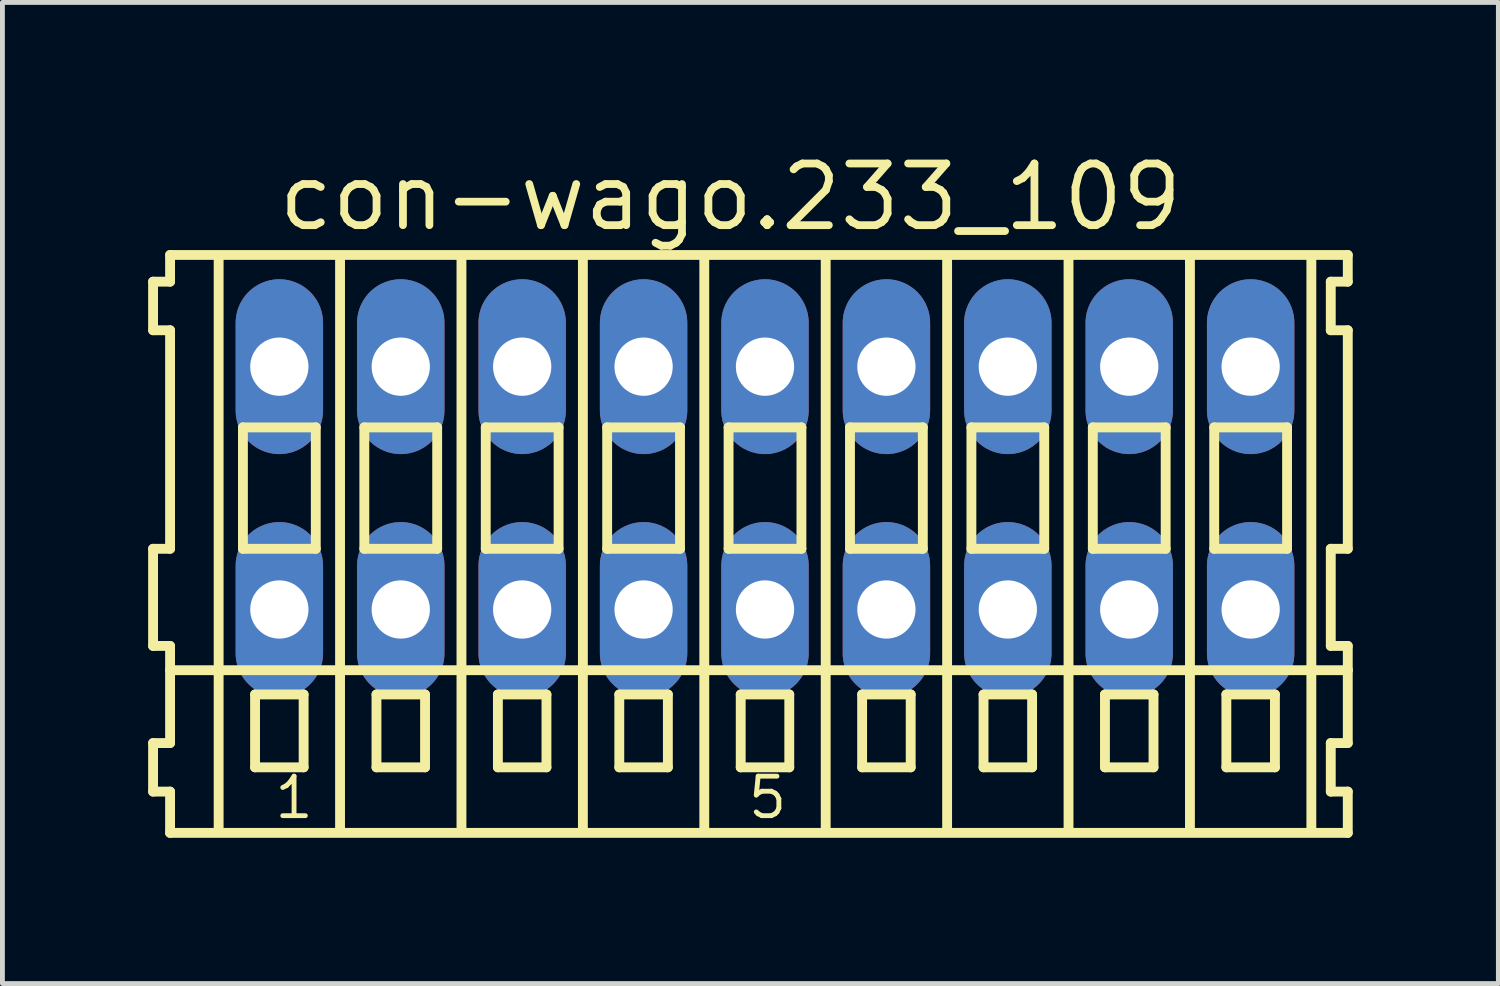
<source format=kicad_pcb>
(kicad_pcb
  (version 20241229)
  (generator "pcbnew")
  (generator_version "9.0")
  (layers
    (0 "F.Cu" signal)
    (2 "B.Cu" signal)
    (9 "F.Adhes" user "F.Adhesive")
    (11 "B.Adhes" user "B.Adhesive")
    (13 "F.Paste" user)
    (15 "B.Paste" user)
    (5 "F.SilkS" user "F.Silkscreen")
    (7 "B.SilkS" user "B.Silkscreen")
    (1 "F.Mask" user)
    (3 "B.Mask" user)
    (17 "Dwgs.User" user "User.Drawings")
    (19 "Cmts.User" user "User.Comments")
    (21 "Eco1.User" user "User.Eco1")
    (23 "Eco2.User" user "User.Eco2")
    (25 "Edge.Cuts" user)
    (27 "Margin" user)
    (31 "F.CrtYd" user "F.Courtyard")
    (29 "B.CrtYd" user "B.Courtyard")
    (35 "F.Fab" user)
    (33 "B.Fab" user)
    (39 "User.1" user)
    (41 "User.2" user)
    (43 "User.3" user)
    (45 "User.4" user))
  (footprint "con-wago.233_109"
    (layer "F.Cu")
    (at 12.702 7)
    (property "Reference" "con-wago.233_109" (at -10.1 -5.25 0) (layer "F.SilkS") (effects (font (size 1.27 1.27) (thickness 0.16)) (justify left bottom)))
    (attr through_hole)
    (fp_line (start -12.6 -4.25) (end -12.6 -3.25) (stroke (width 0.203) (type default)) (layer "F.SilkS"))
    (fp_line (start -12.6 -3.25) (end -12.25 -3.25) (stroke (width 0.203) (type default)) (layer "F.SilkS"))
    (fp_line (start -12.6 1.25) (end -12.6 3.25) (stroke (width 0.203) (type default)) (layer "F.SilkS"))
    (fp_line (start -12.6 3.25) (end -12.25 3.25) (stroke (width 0.203) (type default)) (layer "F.SilkS"))
    (fp_line (start -12.6 5.25) (end -12.6 6.25) (stroke (width 0.203) (type default)) (layer "F.SilkS"))
    (fp_line (start -12.6 6.25) (end -12.25 6.25) (stroke (width 0.203) (type default)) (layer "F.SilkS"))
    (fp_line (start -12.25 -4.8) (end -12.25 -4.25) (stroke (width 0.203) (type default)) (layer "F.SilkS"))
    (fp_line (start -12.25 -4.25) (end -12.6 -4.25) (stroke (width 0.203) (type default)) (layer "F.SilkS"))
    (fp_line (start -12.25 -3.25) (end -12.25 1.25) (stroke (width 0.203) (type default)) (layer "F.SilkS"))
    (fp_line (start -12.25 1.25) (end -12.6 1.25) (stroke (width 0.203) (type default)) (layer "F.SilkS"))
    (fp_line (start -12.25 3.25) (end -12.25 5.25) (stroke (width 0.203) (type default)) (layer "F.SilkS"))
    (fp_line (start -12.25 3.75) (end 12 3.75) (stroke (width 0.203) (type default)) (layer "F.SilkS"))
    (fp_line (start -12.25 5.25) (end -12.6 5.25) (stroke (width 0.203) (type default)) (layer "F.SilkS"))
    (fp_line (start -12.25 6.25) (end -12.25 7.1) (stroke (width 0.203) (type default)) (layer "F.SilkS"))
    (fp_line (start -12.25 7.1) (end 12 7.1) (stroke (width 0.203) (type default)) (layer "F.SilkS"))
    (fp_line (start -11.25 -4.75) (end -11.25 7) (stroke (width 0.203) (type default)) (layer "F.SilkS"))
    (fp_line (start -10.75 -1.25) (end -10.75 1.25) (stroke (width 0.203) (type default)) (layer "F.SilkS"))
    (fp_line (start -10.75 1.25) (end -9.25 1.25) (stroke (width 0.203) (type default)) (layer "F.SilkS"))
    (fp_line (start -10.5 4.25) (end -10.5 5.75) (stroke (width 0.203) (type default)) (layer "F.SilkS"))
    (fp_line (start -10.5 5.75) (end -9.5 5.75) (stroke (width 0.203) (type default)) (layer "F.SilkS"))
    (fp_line (start -9.5 4.25) (end -10.5 4.25) (stroke (width 0.203) (type default)) (layer "F.SilkS"))
    (fp_line (start -9.5 5.75) (end -9.5 4.25) (stroke (width 0.203) (type default)) (layer "F.SilkS"))
    (fp_line (start -9.25 -1.25) (end -10.75 -1.25) (stroke (width 0.203) (type default)) (layer "F.SilkS"))
    (fp_line (start -9.25 1.25) (end -9.25 -1.25) (stroke (width 0.203) (type default)) (layer "F.SilkS"))
    (fp_line (start -8.75 -4.75) (end -8.75 7) (stroke (width 0.203) (type default)) (layer "F.SilkS"))
    (fp_line (start -8.25 -1.25) (end -8.25 1.25) (stroke (width 0.203) (type default)) (layer "F.SilkS"))
    (fp_line (start -8.25 1.25) (end -6.75 1.25) (stroke (width 0.203) (type default)) (layer "F.SilkS"))
    (fp_line (start -8 4.25) (end -8 5.75) (stroke (width 0.203) (type default)) (layer "F.SilkS"))
    (fp_line (start -8 5.75) (end -7 5.75) (stroke (width 0.203) (type default)) (layer "F.SilkS"))
    (fp_line (start -7 4.25) (end -8 4.25) (stroke (width 0.203) (type default)) (layer "F.SilkS"))
    (fp_line (start -7 5.75) (end -7 4.25) (stroke (width 0.203) (type default)) (layer "F.SilkS"))
    (fp_line (start -6.75 -1.25) (end -8.25 -1.25) (stroke (width 0.203) (type default)) (layer "F.SilkS"))
    (fp_line (start -6.75 1.25) (end -6.75 -1.25) (stroke (width 0.203) (type default)) (layer "F.SilkS"))
    (fp_line (start -6.25 -4.75) (end -6.25 7) (stroke (width 0.203) (type default)) (layer "F.SilkS"))
    (fp_line (start -5.75 -1.25) (end -5.75 1.25) (stroke (width 0.203) (type default)) (layer "F.SilkS"))
    (fp_line (start -5.75 1.25) (end -4.25 1.25) (stroke (width 0.203) (type default)) (layer "F.SilkS"))
    (fp_line (start -5.5 4.25) (end -5.5 5.75) (stroke (width 0.203) (type default)) (layer "F.SilkS"))
    (fp_line (start -5.5 5.75) (end -4.5 5.75) (stroke (width 0.203) (type default)) (layer "F.SilkS"))
    (fp_line (start -4.5 4.25) (end -5.5 4.25) (stroke (width 0.203) (type default)) (layer "F.SilkS"))
    (fp_line (start -4.5 5.75) (end -4.5 4.25) (stroke (width 0.203) (type default)) (layer "F.SilkS"))
    (fp_line (start -4.25 -1.25) (end -5.75 -1.25) (stroke (width 0.203) (type default)) (layer "F.SilkS"))
    (fp_line (start -4.25 1.25) (end -4.25 -1.25) (stroke (width 0.203) (type default)) (layer "F.SilkS"))
    (fp_line (start -3.75 -4.75) (end -3.75 7) (stroke (width 0.203) (type default)) (layer "F.SilkS"))
    (fp_line (start -3.25 -1.25) (end -3.25 1.25) (stroke (width 0.203) (type default)) (layer "F.SilkS"))
    (fp_line (start -3.25 1.25) (end -1.75 1.25) (stroke (width 0.203) (type default)) (layer "F.SilkS"))
    (fp_line (start -3 4.25) (end -3 5.75) (stroke (width 0.203) (type default)) (layer "F.SilkS"))
    (fp_line (start -3 5.75) (end -2 5.75) (stroke (width 0.203) (type default)) (layer "F.SilkS"))
    (fp_line (start -2 4.25) (end -3 4.25) (stroke (width 0.203) (type default)) (layer "F.SilkS"))
    (fp_line (start -2 5.75) (end -2 4.25) (stroke (width 0.203) (type default)) (layer "F.SilkS"))
    (fp_line (start -1.75 -1.25) (end -3.25 -1.25) (stroke (width 0.203) (type default)) (layer "F.SilkS"))
    (fp_line (start -1.75 1.25) (end -1.75 -1.25) (stroke (width 0.203) (type default)) (layer "F.SilkS"))
    (fp_line (start -1.25 -4.75) (end -1.25 7) (stroke (width 0.203) (type default)) (layer "F.SilkS"))
    (fp_line (start -0.75 -1.25) (end -0.75 1.25) (stroke (width 0.203) (type default)) (layer "F.SilkS"))
    (fp_line (start -0.75 1.25) (end 0.75 1.25) (stroke (width 0.203) (type default)) (layer "F.SilkS"))
    (fp_line (start -0.5 4.25) (end -0.5 5.75) (stroke (width 0.203) (type default)) (layer "F.SilkS"))
    (fp_line (start -0.5 5.75) (end 0.5 5.75) (stroke (width 0.203) (type default)) (layer "F.SilkS"))
    (fp_line (start 0.5 4.25) (end -0.5 4.25) (stroke (width 0.203) (type default)) (layer "F.SilkS"))
    (fp_line (start 0.5 5.75) (end 0.5 4.25) (stroke (width 0.203) (type default)) (layer "F.SilkS"))
    (fp_line (start 0.75 -1.25) (end -0.75 -1.25) (stroke (width 0.203) (type default)) (layer "F.SilkS"))
    (fp_line (start 0.75 1.25) (end 0.75 -1.25) (stroke (width 0.203) (type default)) (layer "F.SilkS"))
    (fp_line (start 1.25 -4.75) (end 1.25 7) (stroke (width 0.203) (type default)) (layer "F.SilkS"))
    (fp_line (start 1.75 -1.25) (end 1.75 1.25) (stroke (width 0.203) (type default)) (layer "F.SilkS"))
    (fp_line (start 1.75 1.25) (end 3.25 1.25) (stroke (width 0.203) (type default)) (layer "F.SilkS"))
    (fp_line (start 2 4.25) (end 2 5.75) (stroke (width 0.203) (type default)) (layer "F.SilkS"))
    (fp_line (start 2 5.75) (end 3 5.75) (stroke (width 0.203) (type default)) (layer "F.SilkS"))
    (fp_line (start 3 4.25) (end 2 4.25) (stroke (width 0.203) (type default)) (layer "F.SilkS"))
    (fp_line (start 3 5.75) (end 3 4.25) (stroke (width 0.203) (type default)) (layer "F.SilkS"))
    (fp_line (start 3.25 -1.25) (end 1.75 -1.25) (stroke (width 0.203) (type default)) (layer "F.SilkS"))
    (fp_line (start 3.25 1.25) (end 3.25 -1.25) (stroke (width 0.203) (type default)) (layer "F.SilkS"))
    (fp_line (start 3.75 -4.75) (end 3.75 7) (stroke (width 0.203) (type default)) (layer "F.SilkS"))
    (fp_line (start 4.25 -1.25) (end 4.25 1.25) (stroke (width 0.203) (type default)) (layer "F.SilkS"))
    (fp_line (start 4.25 1.25) (end 5.75 1.25) (stroke (width 0.203) (type default)) (layer "F.SilkS"))
    (fp_line (start 4.5 4.25) (end 4.5 5.75) (stroke (width 0.203) (type default)) (layer "F.SilkS"))
    (fp_line (start 4.5 5.75) (end 5.5 5.75) (stroke (width 0.203) (type default)) (layer "F.SilkS"))
    (fp_line (start 5.5 4.25) (end 4.5 4.25) (stroke (width 0.203) (type default)) (layer "F.SilkS"))
    (fp_line (start 5.5 5.75) (end 5.5 4.25) (stroke (width 0.203) (type default)) (layer "F.SilkS"))
    (fp_line (start 5.75 -1.25) (end 4.25 -1.25) (stroke (width 0.203) (type default)) (layer "F.SilkS"))
    (fp_line (start 5.75 1.25) (end 5.75 -1.25) (stroke (width 0.203) (type default)) (layer "F.SilkS"))
    (fp_line (start 6.25 -4.75) (end 6.25 7) (stroke (width 0.203) (type default)) (layer "F.SilkS"))
    (fp_line (start 6.75 -1.25) (end 6.75 1.25) (stroke (width 0.203) (type default)) (layer "F.SilkS"))
    (fp_line (start 6.75 1.25) (end 8.25 1.25) (stroke (width 0.203) (type default)) (layer "F.SilkS"))
    (fp_line (start 7 4.25) (end 7 5.75) (stroke (width 0.203) (type default)) (layer "F.SilkS"))
    (fp_line (start 7 5.75) (end 8 5.75) (stroke (width 0.203) (type default)) (layer "F.SilkS"))
    (fp_line (start 8 4.25) (end 7 4.25) (stroke (width 0.203) (type default)) (layer "F.SilkS"))
    (fp_line (start 8 5.75) (end 8 4.25) (stroke (width 0.203) (type default)) (layer "F.SilkS"))
    (fp_line (start 8.25 -1.25) (end 6.75 -1.25) (stroke (width 0.203) (type default)) (layer "F.SilkS"))
    (fp_line (start 8.25 1.25) (end 8.25 -1.25) (stroke (width 0.203) (type default)) (layer "F.SilkS"))
    (fp_line (start 8.75 -4.75) (end 8.75 7) (stroke (width 0.203) (type default)) (layer "F.SilkS"))
    (fp_line (start 9.25 -1.25) (end 9.25 1.25) (stroke (width 0.203) (type default)) (layer "F.SilkS"))
    (fp_line (start 9.25 1.25) (end 10.75 1.25) (stroke (width 0.203) (type default)) (layer "F.SilkS"))
    (fp_line (start 9.5 4.25) (end 9.5 5.75) (stroke (width 0.203) (type default)) (layer "F.SilkS"))
    (fp_line (start 9.5 5.75) (end 10.5 5.75) (stroke (width 0.203) (type default)) (layer "F.SilkS"))
    (fp_line (start 10.5 4.25) (end 9.5 4.25) (stroke (width 0.203) (type default)) (layer "F.SilkS"))
    (fp_line (start 10.5 5.75) (end 10.5 4.25) (stroke (width 0.203) (type default)) (layer "F.SilkS"))
    (fp_line (start 10.75 -1.25) (end 9.25 -1.25) (stroke (width 0.203) (type default)) (layer "F.SilkS"))
    (fp_line (start 10.75 1.25) (end 10.75 -1.25) (stroke (width 0.203) (type default)) (layer "F.SilkS"))
    (fp_line (start 11.25 -4.75) (end 11.25 7) (stroke (width 0.203) (type default)) (layer "F.SilkS"))
    (fp_line (start 11.65 -4.25) (end 11.65 -3.25) (stroke (width 0.203) (type default)) (layer "F.SilkS"))
    (fp_line (start 11.65 -3.25) (end 12 -3.25) (stroke (width 0.203) (type default)) (layer "F.SilkS"))
    (fp_line (start 11.65 1.25) (end 11.65 3.25) (stroke (width 0.203) (type default)) (layer "F.SilkS"))
    (fp_line (start 11.65 3.25) (end 12 3.25) (stroke (width 0.203) (type default)) (layer "F.SilkS"))
    (fp_line (start 11.65 5.25) (end 11.65 6.25) (stroke (width 0.203) (type default)) (layer "F.SilkS"))
    (fp_line (start 11.65 6.25) (end 12 6.25) (stroke (width 0.203) (type default)) (layer "F.SilkS"))
    (fp_line (start 12 -4.8) (end -12.25 -4.8) (stroke (width 0.203) (type default)) (layer "F.SilkS"))
    (fp_line (start 12 -4.25) (end 11.65 -4.25) (stroke (width 0.203) (type default)) (layer "F.SilkS"))
    (fp_line (start 12 -4.25) (end 12 -4.8) (stroke (width 0.203) (type default)) (layer "F.SilkS"))
    (fp_line (start 12 1.25) (end 11.65 1.25) (stroke (width 0.203) (type default)) (layer "F.SilkS"))
    (fp_line (start 12 1.25) (end 12 -3.25) (stroke (width 0.203) (type default)) (layer "F.SilkS"))
    (fp_line (start 12 3.75) (end 12 3.25) (stroke (width 0.203) (type default)) (layer "F.SilkS"))
    (fp_line (start 12 5.25) (end 11.65 5.25) (stroke (width 0.203) (type default)) (layer "F.SilkS"))
    (fp_line (start 12 5.25) (end 12 3.75) (stroke (width 0.203) (type default)) (layer "F.SilkS"))
    (fp_line (start 12 7.1) (end 12 6.25) (stroke (width 0.203) (type default)) (layer "F.SilkS"))
    (fp_text user "1" (at -10.15 6.85 0) (layer "F.SilkS") (effects (font (size 0.813 0.813) (thickness 0.1)) (justify left bottom)))
    (fp_text user "5" (at -0.4 6.85 0) (layer "F.SilkS") (effects (font (size 0.813 0.813) (thickness 0.1)) (justify left bottom)))
    (pad "A1" thru_hole oval (at -10 -2.5 90) (size 3.6 1.8) (drill 1.2) (layers "*.Cu" "*.Mask"))
    (pad "A2" thru_hole oval (at -7.5 -2.5 90) (size 3.6 1.8) (drill 1.2) (layers "*.Cu" "*.Mask"))
    (pad "A3" thru_hole oval (at -5 -2.5 90) (size 3.6 1.8) (drill 1.2) (layers "*.Cu" "*.Mask"))
    (pad "A4" thru_hole oval (at -2.5 -2.5 90) (size 3.6 1.8) (drill 1.2) (layers "*.Cu" "*.Mask"))
    (pad "A5" thru_hole oval (at 0 -2.5 90) (size 3.6 1.8) (drill 1.2) (layers "*.Cu" "*.Mask"))
    (pad "A6" thru_hole oval (at 2.5 -2.5 90) (size 3.6 1.8) (drill 1.2) (layers "*.Cu" "*.Mask"))
    (pad "A7" thru_hole oval (at 5 -2.5 90) (size 3.6 1.8) (drill 1.2) (layers "*.Cu" "*.Mask"))
    (pad "A8" thru_hole oval (at 7.5 -2.5 90) (size 3.6 1.8) (drill 1.2) (layers "*.Cu" "*.Mask"))
    (pad "A9" thru_hole oval (at 10 -2.5 90) (size 3.6 1.8) (drill 1.2) (layers "*.Cu" "*.Mask"))
    (pad "B1" thru_hole oval (at -10 2.5 90) (size 3.6 1.8) (drill 1.2) (layers "*.Cu" "*.Mask"))
    (pad "B2" thru_hole oval (at -7.5 2.5 90) (size 3.6 1.8) (drill 1.2) (layers "*.Cu" "*.Mask"))
    (pad "B3" thru_hole oval (at -5 2.5 90) (size 3.6 1.8) (drill 1.2) (layers "*.Cu" "*.Mask"))
    (pad "B4" thru_hole oval (at -2.5 2.5 90) (size 3.6 1.8) (drill 1.2) (layers "*.Cu" "*.Mask"))
    (pad "B5" thru_hole oval (at 0 2.5 90) (size 3.6 1.8) (drill 1.2) (layers "*.Cu" "*.Mask"))
    (pad "B6" thru_hole oval (at 2.5 2.5 90) (size 3.6 1.8) (drill 1.2) (layers "*.Cu" "*.Mask"))
    (pad "B7" thru_hole oval (at 5 2.5 90) (size 3.6 1.8) (drill 1.2) (layers "*.Cu" "*.Mask"))
    (pad "B8" thru_hole oval (at 7.5 2.5 90) (size 3.6 1.8) (drill 1.2) (layers "*.Cu" "*.Mask"))
    (pad "B9" thru_hole oval (at 10 2.5 90) (size 3.6 1.8) (drill 1.2) (layers "*.Cu" "*.Mask")))
  (gr_rect
    (start -3 -3)
    (end 27.803 17.202)
    (stroke (width 0.1) (type default))
    (fill no)
    (layer "Edge.Cuts")))
</source>
